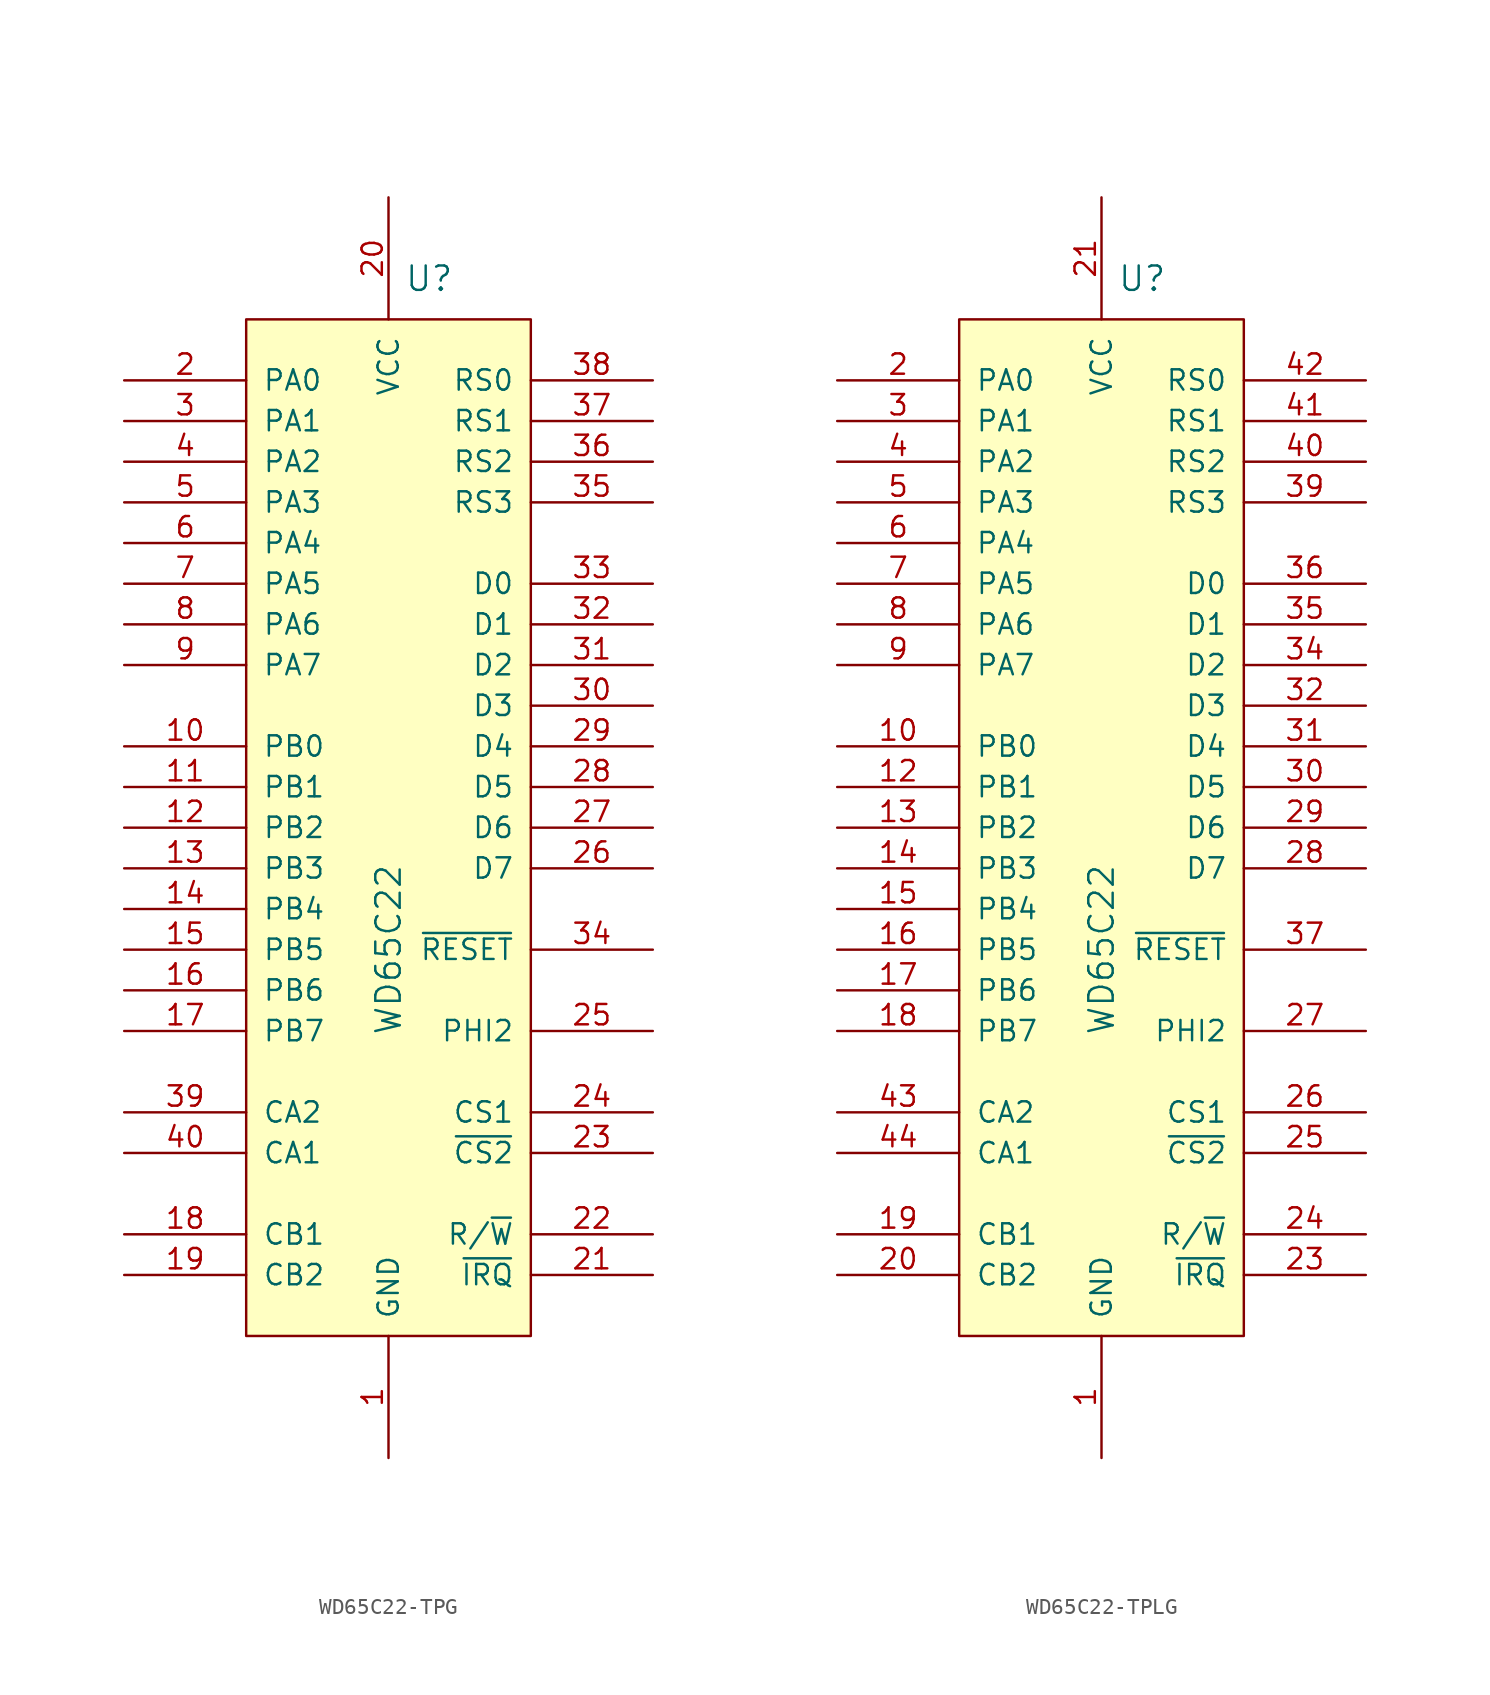
<source format=kicad_sym>
(kicad_symbol_lib
  (version 20220914)
  (generator kicad_symbol_editor)
  (symbol "WD65C22-TPG"
    (pin_names
      (offset 1.016))
    (property "Reference" "U"
      (at 2.54 34.29 0)
      (effects (font (size 1.524 1.524))))
    (property "Value" "WD65C22"
      (at 0 -7.62 90)
      (effects (font (size 1.524 1.524))))
    (symbol "WD65C22-TPG_1_1"
      (rectangle (start -8.89 31.75) (end 8.89 -31.75) (stroke (width 0) (type solid)) (fill (type background)))
      (pin power_in line (at 0 -39.37 90) (length 7.62) (name "GND" (effects (font (size 1.27 1.27)))) (number "1" (effects (font (size 1.27 1.27)))))
      (pin bidirectional line (at -16.51 5.08 0) (length 7.62) (name "PB0" (effects (font (size 1.27 1.27)))) (number "10" (effects (font (size 1.27 1.27)))))
      (pin bidirectional line (at -16.51 2.54 0) (length 7.62) (name "PB1" (effects (font (size 1.27 1.27)))) (number "11" (effects (font (size 1.27 1.27)))))
      (pin bidirectional line (at -16.51 0 0) (length 7.62) (name "PB2" (effects (font (size 1.27 1.27)))) (number "12" (effects (font (size 1.27 1.27)))))
      (pin bidirectional line (at -16.51 -2.54 0) (length 7.62) (name "PB3" (effects (font (size 1.27 1.27)))) (number "13" (effects (font (size 1.27 1.27)))))
      (pin bidirectional line (at -16.51 -5.08 0) (length 7.62) (name "PB4" (effects (font (size 1.27 1.27)))) (number "14" (effects (font (size 1.27 1.27)))))
      (pin bidirectional line (at -16.51 -7.62 0) (length 7.62) (name "PB5" (effects (font (size 1.27 1.27)))) (number "15" (effects (font (size 1.27 1.27)))))
      (pin bidirectional line (at -16.51 -10.16 0) (length 7.62) (name "PB6" (effects (font (size 1.27 1.27)))) (number "16" (effects (font (size 1.27 1.27)))))
      (pin bidirectional line (at -16.51 -12.7 0) (length 7.62) (name "PB7" (effects (font (size 1.27 1.27)))) (number "17" (effects (font (size 1.27 1.27)))))
      (pin bidirectional line (at -16.51 -25.4 0) (length 7.62) (name "CB1" (effects (font (size 1.27 1.27)))) (number "18" (effects (font (size 1.27 1.27)))))
      (pin output line (at -16.51 -27.94 0) (length 7.62) (name "CB2" (effects (font (size 1.27 1.27)))) (number "19" (effects (font (size 1.27 1.27)))))
      (pin bidirectional line (at -16.51 27.94 0) (length 7.62) (name "PA0" (effects (font (size 1.27 1.27)))) (number "2" (effects (font (size 1.27 1.27)))))
      (pin power_in line (at 0 39.37 270) (length 7.62) (name "VCC" (effects (font (size 1.27 1.27)))) (number "20" (effects (font (size 1.27 1.27)))))
      (pin output line (at 16.51 -27.94 180) (length 7.62) (name "~{IRQ}" (effects (font (size 1.27 1.27)))) (number "21" (effects (font (size 1.27 1.27)))))
      (pin input line (at 16.51 -25.4 180) (length 7.62) (name "R/~{W}" (effects (font (size 1.27 1.27)))) (number "22" (effects (font (size 1.27 1.27)))))
      (pin input line (at 16.51 -20.32 180) (length 7.62) (name "~{CS2}" (effects (font (size 1.27 1.27)))) (number "23" (effects (font (size 1.27 1.27)))))
      (pin input line (at 16.51 -17.78 180) (length 7.62) (name "CS1" (effects (font (size 1.27 1.27)))) (number "24" (effects (font (size 1.27 1.27)))))
      (pin input line (at 16.51 -12.7 180) (length 7.62) (name "PHI2" (effects (font (size 1.27 1.27)))) (number "25" (effects (font (size 1.27 1.27)))))
      (pin tri_state line (at 16.51 -2.54 180) (length 7.62) (name "D7" (effects (font (size 1.27 1.27)))) (number "26" (effects (font (size 1.27 1.27)))))
      (pin tri_state line (at 16.51 0 180) (length 7.62) (name "D6" (effects (font (size 1.27 1.27)))) (number "27" (effects (font (size 1.27 1.27)))))
      (pin tri_state line (at 16.51 2.54 180) (length 7.62) (name "D5" (effects (font (size 1.27 1.27)))) (number "28" (effects (font (size 1.27 1.27)))))
      (pin tri_state line (at 16.51 5.08 180) (length 7.62) (name "D4" (effects (font (size 1.27 1.27)))) (number "29" (effects (font (size 1.27 1.27)))))
      (pin bidirectional line (at -16.51 25.4 0) (length 7.62) (name "PA1" (effects (font (size 1.27 1.27)))) (number "3" (effects (font (size 1.27 1.27)))))
      (pin tri_state line (at 16.51 7.62 180) (length 7.62) (name "D3" (effects (font (size 1.27 1.27)))) (number "30" (effects (font (size 1.27 1.27)))))
      (pin tri_state line (at 16.51 10.16 180) (length 7.62) (name "D2" (effects (font (size 1.27 1.27)))) (number "31" (effects (font (size 1.27 1.27)))))
      (pin tri_state line (at 16.51 12.7 180) (length 7.62) (name "D1" (effects (font (size 1.27 1.27)))) (number "32" (effects (font (size 1.27 1.27)))))
      (pin tri_state line (at 16.51 15.24 180) (length 7.62) (name "D0" (effects (font (size 1.27 1.27)))) (number "33" (effects (font (size 1.27 1.27)))))
      (pin input line (at 16.51 -7.62 180) (length 7.62) (name "~{RESET}" (effects (font (size 1.27 1.27)))) (number "34" (effects (font (size 1.27 1.27)))))
      (pin input line (at 16.51 20.32 180) (length 7.62) (name "RS3" (effects (font (size 1.27 1.27)))) (number "35" (effects (font (size 1.27 1.27)))))
      (pin input line (at 16.51 22.86 180) (length 7.62) (name "RS2" (effects (font (size 1.27 1.27)))) (number "36" (effects (font (size 1.27 1.27)))))
      (pin input line (at 16.51 25.4 180) (length 7.62) (name "RS1" (effects (font (size 1.27 1.27)))) (number "37" (effects (font (size 1.27 1.27)))))
      (pin input line (at 16.51 27.94 180) (length 7.62) (name "RS0" (effects (font (size 1.27 1.27)))) (number "38" (effects (font (size 1.27 1.27)))))
      (pin bidirectional line (at -16.51 -17.78 0) (length 7.62) (name "CA2" (effects (font (size 1.27 1.27)))) (number "39" (effects (font (size 1.27 1.27)))))
      (pin bidirectional line (at -16.51 22.86 0) (length 7.62) (name "PA2" (effects (font (size 1.27 1.27)))) (number "4" (effects (font (size 1.27 1.27)))))
      (pin bidirectional line (at -16.51 -20.32 0) (length 7.62) (name "CA1" (effects (font (size 1.27 1.27)))) (number "40" (effects (font (size 1.27 1.27)))))
      (pin bidirectional line (at -16.51 20.32 0) (length 7.62) (name "PA3" (effects (font (size 1.27 1.27)))) (number "5" (effects (font (size 1.27 1.27)))))
      (pin bidirectional line (at -16.51 17.78 0) (length 7.62) (name "PA4" (effects (font (size 1.27 1.27)))) (number "6" (effects (font (size 1.27 1.27)))))
      (pin bidirectional line (at -16.51 15.24 0) (length 7.62) (name "PA5" (effects (font (size 1.27 1.27)))) (number "7" (effects (font (size 1.27 1.27)))))
      (pin bidirectional line (at -16.51 12.7 0) (length 7.62) (name "PA6" (effects (font (size 1.27 1.27)))) (number "8" (effects (font (size 1.27 1.27)))))
      (pin bidirectional line (at -16.51 10.16 0) (length 7.62) (name "PA7" (effects (font (size 1.27 1.27)))) (number "9" (effects (font (size 1.27 1.27)))))))
  (symbol "WD65C22-TPLG"
    (pin_names
      (offset 1.016))
    (property "Reference" "U"
      (at 2.54 34.29 0)
      (effects (font (size 1.524 1.524))))
    (property "Value" "WD65C22"
      (at 0 -7.62 90)
      (effects (font (size 1.524 1.524))))
    (symbol "WD65C22-TPLG_1_1"
      (rectangle (start -8.89 31.75) (end 8.89 -31.75) (stroke (width 0) (type solid)) (fill (type background)))
      (pin power_in line (at 0 -39.37 90) (length 7.62) (name "GND" (effects (font (size 1.27 1.27)))) (number "1" (effects (font (size 1.27 1.27)))))
      (pin bidirectional line (at -16.51 5.08 0) (length 7.62) (name "PB0" (effects (font (size 1.27 1.27)))) (number "10" (effects (font (size 1.27 1.27)))))
      (pin no_connect line (at -2.54 -39.37 90) (length 7.62) hide (name "NC" (effects (font (size 1.27 1.27)))) (number "11" (effects (font (size 1.27 1.27)))))
      (pin bidirectional line (at -16.51 2.54 0) (length 7.62) (name "PB1" (effects (font (size 1.27 1.27)))) (number "12" (effects (font (size 1.27 1.27)))))
      (pin bidirectional line (at -16.51 0 0) (length 7.62) (name "PB2" (effects (font (size 1.27 1.27)))) (number "13" (effects (font (size 1.27 1.27)))))
      (pin bidirectional line (at -16.51 -2.54 0) (length 7.62) (name "PB3" (effects (font (size 1.27 1.27)))) (number "14" (effects (font (size 1.27 1.27)))))
      (pin bidirectional line (at -16.51 -5.08 0) (length 7.62) (name "PB4" (effects (font (size 1.27 1.27)))) (number "15" (effects (font (size 1.27 1.27)))))
      (pin bidirectional line (at -16.51 -7.62 0) (length 7.62) (name "PB5" (effects (font (size 1.27 1.27)))) (number "16" (effects (font (size 1.27 1.27)))))
      (pin bidirectional line (at -16.51 -10.16 0) (length 7.62) (name "PB6" (effects (font (size 1.27 1.27)))) (number "17" (effects (font (size 1.27 1.27)))))
      (pin bidirectional line (at -16.51 -12.7 0) (length 7.62) (name "PB7" (effects (font (size 1.27 1.27)))) (number "18" (effects (font (size 1.27 1.27)))))
      (pin bidirectional line (at -16.51 -25.4 0) (length 7.62) (name "CB1" (effects (font (size 1.27 1.27)))) (number "19" (effects (font (size 1.27 1.27)))))
      (pin bidirectional line (at -16.51 27.94 0) (length 7.62) (name "PA0" (effects (font (size 1.27 1.27)))) (number "2" (effects (font (size 1.27 1.27)))))
      (pin output line (at -16.51 -27.94 0) (length 7.62) (name "CB2" (effects (font (size 1.27 1.27)))) (number "20" (effects (font (size 1.27 1.27)))))
      (pin power_in line (at 0 39.37 270) (length 7.62) (name "VCC" (effects (font (size 1.27 1.27)))) (number "21" (effects (font (size 1.27 1.27)))))
      (pin no_connect line (at 2.54 -39.37 90) (length 7.62) hide (name "NC" (effects (font (size 1.27 1.27)))) (number "22" (effects (font (size 1.27 1.27)))))
      (pin output line (at 16.51 -27.94 180) (length 7.62) (name "~{IRQ}" (effects (font (size 1.27 1.27)))) (number "23" (effects (font (size 1.27 1.27)))))
      (pin input line (at 16.51 -25.4 180) (length 7.62) (name "R/~{W}" (effects (font (size 1.27 1.27)))) (number "24" (effects (font (size 1.27 1.27)))))
      (pin input line (at 16.51 -20.32 180) (length 7.62) (name "~{CS2}" (effects (font (size 1.27 1.27)))) (number "25" (effects (font (size 1.27 1.27)))))
      (pin input line (at 16.51 -17.78 180) (length 7.62) (name "CS1" (effects (font (size 1.27 1.27)))) (number "26" (effects (font (size 1.27 1.27)))))
      (pin input line (at 16.51 -12.7 180) (length 7.62) (name "PHI2" (effects (font (size 1.27 1.27)))) (number "27" (effects (font (size 1.27 1.27)))))
      (pin tri_state line (at 16.51 -2.54 180) (length 7.62) (name "D7" (effects (font (size 1.27 1.27)))) (number "28" (effects (font (size 1.27 1.27)))))
      (pin tri_state line (at 16.51 0 180) (length 7.62) (name "D6" (effects (font (size 1.27 1.27)))) (number "29" (effects (font (size 1.27 1.27)))))
      (pin bidirectional line (at -16.51 25.4 0) (length 7.62) (name "PA1" (effects (font (size 1.27 1.27)))) (number "3" (effects (font (size 1.27 1.27)))))
      (pin tri_state line (at 16.51 2.54 180) (length 7.62) (name "D5" (effects (font (size 1.27 1.27)))) (number "30" (effects (font (size 1.27 1.27)))))
      (pin tri_state line (at 16.51 5.08 180) (length 7.62) (name "D4" (effects (font (size 1.27 1.27)))) (number "31" (effects (font (size 1.27 1.27)))))
      (pin tri_state line (at 16.51 7.62 180) (length 7.62) (name "D3" (effects (font (size 1.27 1.27)))) (number "32" (effects (font (size 1.27 1.27)))))
      (pin no_connect line (at 16.51 17.78 180) (length 7.62) hide (name "NC" (effects (font (size 1.27 1.27)))) (number "33" (effects (font (size 1.27 1.27)))))
      (pin tri_state line (at 16.51 10.16 180) (length 7.62) (name "D2" (effects (font (size 1.27 1.27)))) (number "34" (effects (font (size 1.27 1.27)))))
      (pin tri_state line (at 16.51 12.7 180) (length 7.62) (name "D1" (effects (font (size 1.27 1.27)))) (number "35" (effects (font (size 1.27 1.27)))))
      (pin tri_state line (at 16.51 15.24 180) (length 7.62) (name "D0" (effects (font (size 1.27 1.27)))) (number "36" (effects (font (size 1.27 1.27)))))
      (pin input line (at 16.51 -7.62 180) (length 7.62) (name "~{RESET}" (effects (font (size 1.27 1.27)))) (number "37" (effects (font (size 1.27 1.27)))))
      (pin no_connect line (at 16.51 -5.08 180) (length 7.62) hide (name "NC" (effects (font (size 1.27 1.27)))) (number "38" (effects (font (size 1.27 1.27)))))
      (pin input line (at 16.51 20.32 180) (length 7.62) (name "RS3" (effects (font (size 1.27 1.27)))) (number "39" (effects (font (size 1.27 1.27)))))
      (pin bidirectional line (at -16.51 22.86 0) (length 7.62) (name "PA2" (effects (font (size 1.27 1.27)))) (number "4" (effects (font (size 1.27 1.27)))))
      (pin input line (at 16.51 22.86 180) (length 7.62) (name "RS2" (effects (font (size 1.27 1.27)))) (number "40" (effects (font (size 1.27 1.27)))))
      (pin input line (at 16.51 25.4 180) (length 7.62) (name "RS1" (effects (font (size 1.27 1.27)))) (number "41" (effects (font (size 1.27 1.27)))))
      (pin input line (at 16.51 27.94 180) (length 7.62) (name "RS0" (effects (font (size 1.27 1.27)))) (number "42" (effects (font (size 1.27 1.27)))))
      (pin bidirectional line (at -16.51 -17.78 0) (length 7.62) (name "CA2" (effects (font (size 1.27 1.27)))) (number "43" (effects (font (size 1.27 1.27)))))
      (pin bidirectional line (at -16.51 -20.32 0) (length 7.62) (name "CA1" (effects (font (size 1.27 1.27)))) (number "44" (effects (font (size 1.27 1.27)))))
      (pin bidirectional line (at -16.51 20.32 0) (length 7.62) (name "PA3" (effects (font (size 1.27 1.27)))) (number "5" (effects (font (size 1.27 1.27)))))
      (pin bidirectional line (at -16.51 17.78 0) (length 7.62) (name "PA4" (effects (font (size 1.27 1.27)))) (number "6" (effects (font (size 1.27 1.27)))))
      (pin bidirectional line (at -16.51 15.24 0) (length 7.62) (name "PA5" (effects (font (size 1.27 1.27)))) (number "7" (effects (font (size 1.27 1.27)))))
      (pin bidirectional line (at -16.51 12.7 0) (length 7.62) (name "PA6" (effects (font (size 1.27 1.27)))) (number "8" (effects (font (size 1.27 1.27)))))
      (pin bidirectional line (at -16.51 10.16 0) (length 7.62) (name "PA7" (effects (font (size 1.27 1.27)))) (number "9" (effects (font (size 1.27 1.27))))))))
</source>
